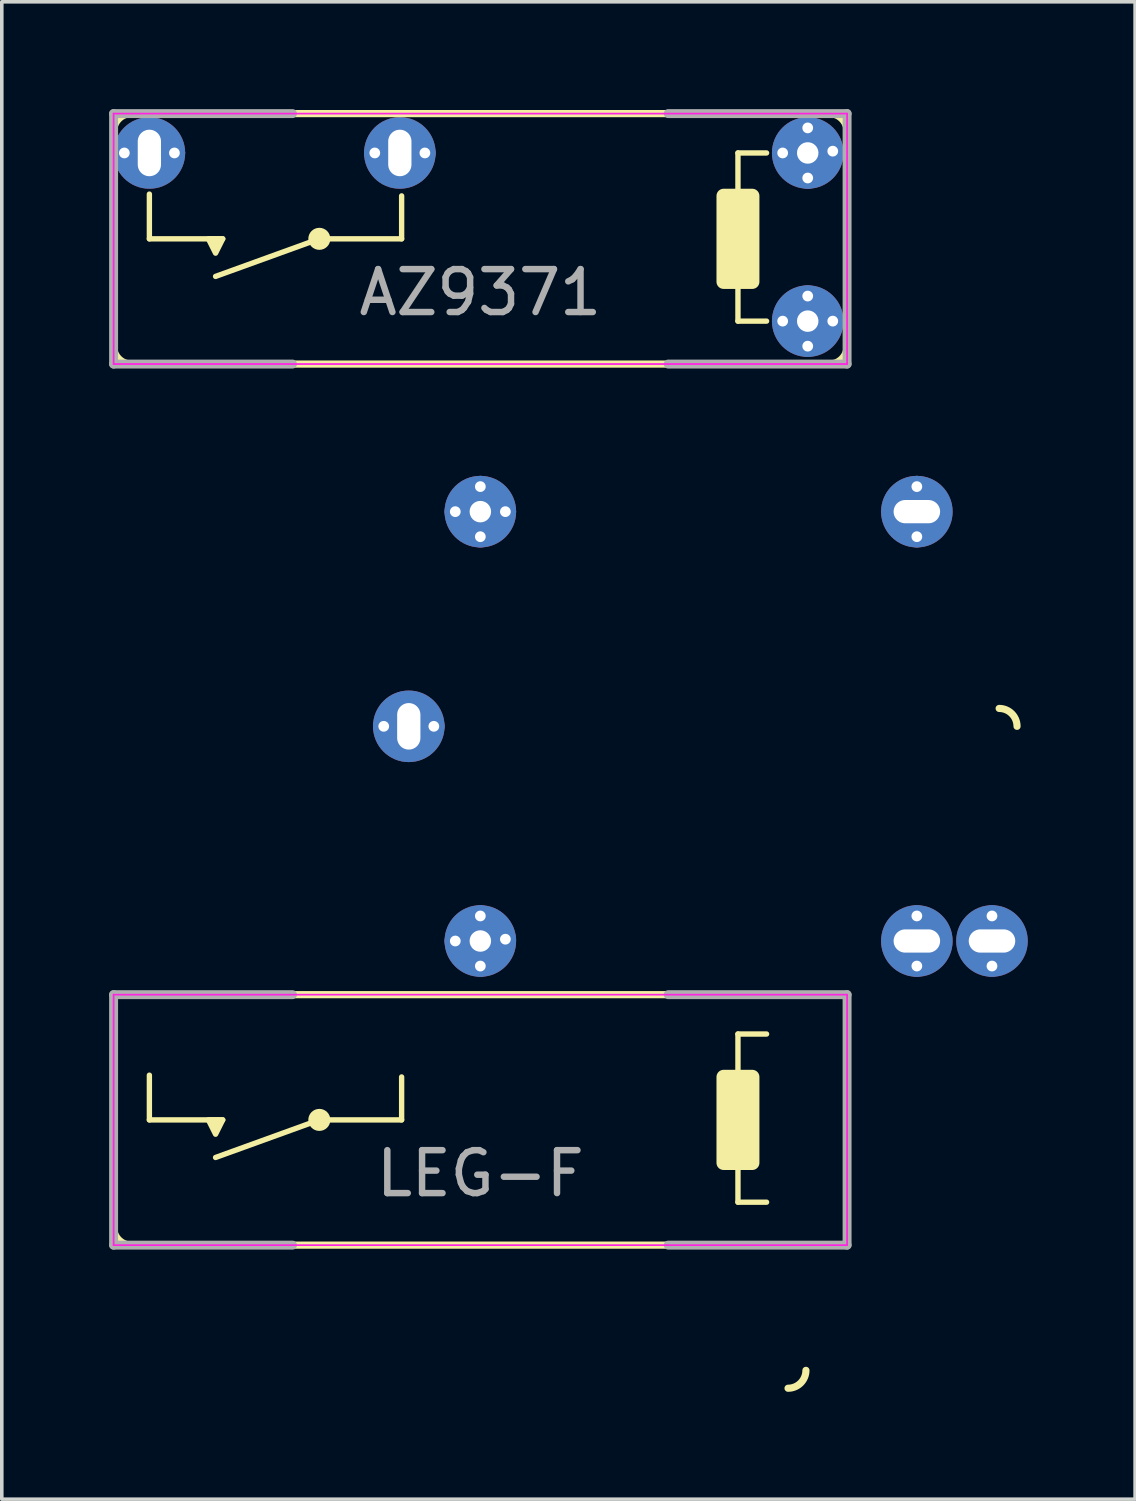
<source format=kicad_pcb>
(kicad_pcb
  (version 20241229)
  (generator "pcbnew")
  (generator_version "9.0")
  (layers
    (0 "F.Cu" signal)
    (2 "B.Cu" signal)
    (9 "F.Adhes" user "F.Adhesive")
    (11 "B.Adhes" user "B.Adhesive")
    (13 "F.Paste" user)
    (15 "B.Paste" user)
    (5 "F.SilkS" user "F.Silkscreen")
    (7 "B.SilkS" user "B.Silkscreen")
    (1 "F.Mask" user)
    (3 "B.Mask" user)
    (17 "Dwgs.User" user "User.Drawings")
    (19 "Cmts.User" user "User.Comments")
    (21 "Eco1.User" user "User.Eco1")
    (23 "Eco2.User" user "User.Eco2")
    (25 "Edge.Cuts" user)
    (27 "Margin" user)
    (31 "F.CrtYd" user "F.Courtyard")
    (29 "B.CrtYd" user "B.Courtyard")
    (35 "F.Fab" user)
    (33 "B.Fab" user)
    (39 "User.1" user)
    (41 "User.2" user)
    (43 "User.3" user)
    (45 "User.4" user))
  (footprint "LEG-F"
    (layer "F.Cu")
    (at 10.375 28.25)
    (property "Reference" "LEG-F" (at 0 1.5 180) (layer "F.Fab") (effects (font (size 1.2 1.2) (thickness 0.18))))
    (attr through_hole)
    (fp_line (start -10.25 3) (end -10.25 -3) (stroke (width 0.2) (type solid)) (layer "F.SilkS"))
    (fp_line (start -9.75 -3.5) (end 9.75 -3.5) (stroke (width 0.2) (type solid)) (layer "F.SilkS"))
    (fp_line (start -9.75 3.5) (end 9.75 3.5) (stroke (width 0.2) (type solid)) (layer "F.SilkS"))
    (fp_line (start -9.25 -1.25) (end -9.25 0) (stroke (width 0.15) (type solid)) (layer "F.SilkS"))
    (fp_line (start -9.25 0) (end -7.2 0) (stroke (width 0.15) (type solid)) (layer "F.SilkS"))
    (fp_line (start -7.4 1.05) (end -4.5 0) (stroke (width 0.15) (type solid)) (layer "F.SilkS"))
    (fp_line (start -4.5 0) (end -2.2 0) (stroke (width 0.15) (type solid)) (layer "F.SilkS"))
    (fp_line (start -2.2 0) (end -2.2 -1.2) (stroke (width 0.15) (type solid)) (layer "F.SilkS"))
    (fp_line (start 7.2 -2.4) (end 7.2 -1.3) (stroke (width 0.15) (type solid)) (layer "F.SilkS"))
    (fp_line (start 7.2 -2.4) (end 8 -2.4) (stroke (width 0.15) (type solid)) (layer "F.SilkS"))
    (fp_line (start 7.2 1.3) (end 7.2 2.3) (stroke (width 0.15) (type solid)) (layer "F.SilkS"))
    (fp_line (start 7.2 2.3) (end 8 2.3) (stroke (width 0.15) (type solid)) (layer "F.SilkS"))
    (fp_line (start 10.25 3) (end 10.25 -3) (stroke (width 0.2) (type solid)) (layer "F.SilkS"))
    (fp_arc (start -9.75 3.5) (mid -10.103553 3.353553) (end -10.25 3) (stroke (width 0.2) (type solid)) (layer "F.SilkS"))
    (fp_arc (start 9.1 7) (mid 8.953553 7.353553) (end 8.6 7.5) (stroke (width 0.2) (type solid)) (layer "F.SilkS"))
    (fp_arc (start 14.5 -11.5) (mid 14.853553 -11.353553) (end 15 -11) (stroke (width 0.2) (type solid)) (layer "F.SilkS"))
    (fp_circle (center -4.5 0) (end -4.35 0.05) (stroke (width 0.3) (type solid)) (fill no) (layer "F.SilkS"))
    (fp_poly (pts (xy -7.4 0.4) (xy -7.6 0) (xy -7.2 0)) (stroke (width 0.15) (type solid)) (fill yes) (layer "F.SilkS"))
    (fp_poly (pts (xy 6.8 1.2) (xy 6.8 -1.2) (xy 7.6 -1.2) (xy 7.6 1.2)) (stroke (width 0.4) (type solid)) (fill yes) (layer "F.SilkS"))
    (fp_line (start 0 -17) (end 12.2 -17) (stroke (width 0.1) (type default)) (layer "Eco1.User"))
    (fp_line (start 0 -5) (end 0 -17) (stroke (width 0.1) (type default)) (layer "Eco1.User"))
    (fp_line (start 0 -5) (end 12.2 -5) (stroke (width 0.1) (type default)) (layer "Eco1.User"))
    (fp_line (start 12.2 -5) (end 12.2 -17) (stroke (width 0.1) (type default)) (layer "Eco1.User"))
    (fp_line (start -10.25 -3.5) (end -10.25 3.5) (stroke (width 0.05) (type solid)) (layer "F.CrtYd"))
    (fp_line (start -10.25 -3.5) (end 10.25 -3.5) (stroke (width 0.05) (type solid)) (layer "F.CrtYd"))
    (fp_line (start -10.25 3.5) (end 10.25 3.5) (stroke (width 0.05) (type solid)) (layer "F.CrtYd"))
    (fp_line (start 10.25 -3.5) (end 10.25 3.5) (stroke (width 0.05) (type solid)) (layer "F.CrtYd"))
    (fp_line (start -10.25 3.5) (end -10.25 -3.5) (stroke (width 0.25) (type solid)) (layer "F.Fab"))
    (fp_line (start -5.25 -3.5) (end -10.25 -3.5) (stroke (width 0.25) (type solid)) (layer "F.Fab"))
    (fp_line (start -5.25 3.5) (end -10.25 3.5) (stroke (width 0.25) (type solid)) (layer "F.Fab"))
    (fp_line (start 10.25 -3.5) (end 5.25 -3.5) (stroke (width 0.25) (type solid)) (layer "F.Fab"))
    (fp_line (start 10.25 3.5) (end 5.25 3.5) (stroke (width 0.25) (type solid)) (layer "F.Fab"))
    (fp_line (start 10.25 3.5) (end 10.25 -3.5) (stroke (width 0.25) (type solid)) (layer "F.Fab"))
    (pad "1" thru_hole circle (at -0.7 -5) (size 0.6 0.6) (drill 0.3) (layers "*.Cu" "*.Mask"))
    (pad "1" thru_hole circle (at 0 -5.7) (size 0.6 0.6) (drill 0.3) (layers "*.Cu" "*.Mask"))
    (pad "1" thru_hole circle (at 0 -5) (size 2 2) (drill 0.6) (layers "*.Cu" "*.Mask"))
    (pad "1" thru_hole circle (at 0 -4.3) (size 0.6 0.6) (drill 0.3) (layers "*.Cu" "*.Mask"))
    (pad "1" thru_hole circle (at 0.7 -5.05) (size 0.6 0.6) (drill 0.3) (layers "*.Cu" "*.Mask"))
    (pad "2" thru_hole circle (at -0.7 -17) (size 0.6 0.6) (drill 0.3) (layers "*.Cu" "*.Mask"))
    (pad "2" thru_hole circle (at 0 -17.7) (size 0.6 0.6) (drill 0.3) (layers "*.Cu" "*.Mask"))
    (pad "2" thru_hole circle (at 0 -17) (size 2 2) (drill 0.6) (layers "*.Cu" "*.Mask"))
    (pad "2" thru_hole circle (at 0 -16.3) (size 0.6 0.6) (drill 0.3) (layers "*.Cu" "*.Mask"))
    (pad "2" thru_hole circle (at 0.7 -17) (size 0.6 0.6) (drill 0.3) (layers "*.Cu" "*.Mask"))
    (pad "3" thru_hole circle (at -2.7 -11 180) (size 0.6 0.6) (drill 0.3) (layers "*.Cu" "*.Mask"))
    (pad "3" thru_hole circle (at -2 -11 180) (size 2 2) (drill oval 0.65 1.3) (layers "*.Cu" "*.Mask"))
    (pad "3" thru_hole circle (at -1.3 -11 180) (size 0.6 0.6) (drill 0.3) (layers "*.Cu" "*.Mask"))
    (pad "3" thru_hole circle (at 12.2 -5.7 90) (size 0.6 0.6) (drill 0.3) (layers "*.Cu" "*.Mask"))
    (pad "3" thru_hole circle (at 12.2 -4.3 90) (size 0.6 0.6) (drill 0.3) (layers "*.Cu" "*.Mask"))
    (pad "4" thru_hole circle (at 12.2 -17.7 90) (size 0.6 0.6) (drill 0.3) (layers "*.Cu" "*.Mask"))
    (pad "4" thru_hole circle (at 12.2 -17 90) (size 2 2) (drill oval 0.65 1.3) (layers "*.Cu" "*.Mask"))
    (pad "4" thru_hole circle (at 12.2 -16.3 90) (size 0.6 0.6) (drill 0.3) (layers "*.Cu" "*.Mask"))
    (pad "4" thru_hole circle (at 12.2 -5 90) (size 2 2) (drill oval 0.65 1.3) (layers "*.Cu" "*.Mask"))
    (pad "4" thru_hole circle (at 14.3 -5.7 90) (size 0.6 0.6) (drill 0.3) (layers "*.Cu" "*.Mask"))
    (pad "4" thru_hole circle (at 14.3 -5 90) (size 2 2) (drill oval 0.65 1.3) (layers "*.Cu" "*.Mask"))
    (pad "4" thru_hole circle (at 14.3 -4.3 90) (size 0.6 0.6) (drill 0.3) (layers "*.Cu" "*.Mask")))
  (footprint "AZ9371"
    (layer "F.Cu")
    (at 10.375 3.625)
    (property "Reference" "AZ9371" (at 0 1.5 180) (layer "F.Fab") (effects (font (size 1.2 1.2) (thickness 0.18))))
    (attr through_hole)
    (fp_line (start -10.25 3) (end -10.25 -3) (stroke (width 0.2) (type solid)) (layer "F.SilkS"))
    (fp_line (start -9.75 -3.5) (end 9.75 -3.5) (stroke (width 0.2) (type solid)) (layer "F.SilkS"))
    (fp_line (start -9.75 3.5) (end 9.75 3.5) (stroke (width 0.2) (type solid)) (layer "F.SilkS"))
    (fp_line (start -9.25 -1.25) (end -9.25 0) (stroke (width 0.15) (type solid)) (layer "F.SilkS"))
    (fp_line (start -9.25 0) (end -7.2 0) (stroke (width 0.15) (type solid)) (layer "F.SilkS"))
    (fp_line (start -7.4 1.05) (end -4.5 0) (stroke (width 0.15) (type solid)) (layer "F.SilkS"))
    (fp_line (start -4.5 0) (end -2.2 0) (stroke (width 0.15) (type solid)) (layer "F.SilkS"))
    (fp_line (start -2.2 0) (end -2.2 -1.2) (stroke (width 0.15) (type solid)) (layer "F.SilkS"))
    (fp_line (start 7.2 -2.4) (end 7.2 -1.3) (stroke (width 0.15) (type solid)) (layer "F.SilkS"))
    (fp_line (start 7.2 -2.4) (end 8 -2.4) (stroke (width 0.15) (type solid)) (layer "F.SilkS"))
    (fp_line (start 7.2 1.3) (end 7.2 2.3) (stroke (width 0.15) (type solid)) (layer "F.SilkS"))
    (fp_line (start 7.2 2.3) (end 8 2.3) (stroke (width 0.15) (type solid)) (layer "F.SilkS"))
    (fp_line (start 10.25 3) (end 10.25 -3) (stroke (width 0.2) (type solid)) (layer "F.SilkS"))
    (fp_arc (start -10.25 -3) (mid -10.103553 -3.353553) (end -9.75 -3.5) (stroke (width 0.2) (type solid)) (layer "F.SilkS"))
    (fp_arc (start -9.75 3.5) (mid -10.103553 3.353553) (end -10.25 3) (stroke (width 0.2) (type solid)) (layer "F.SilkS"))
    (fp_arc (start 9.75 -3.5) (mid 10.103553 -3.353553) (end 10.25 -3) (stroke (width 0.2) (type solid)) (layer "F.SilkS"))
    (fp_arc (start 10.25 3) (mid 10.103553 3.353553) (end 9.75 3.5) (stroke (width 0.2) (type solid)) (layer "F.SilkS"))
    (fp_circle (center -4.5 0) (end -4.35 0.05) (stroke (width 0.3) (type solid)) (fill no) (layer "F.SilkS"))
    (fp_poly (pts (xy -7.4 0.4) (xy -7.6 0) (xy -7.2 0)) (stroke (width 0.15) (type solid)) (fill yes) (layer "F.SilkS"))
    (fp_poly (pts (xy 6.8 1.2) (xy 6.8 -1.2) (xy 7.6 -1.2) (xy 7.6 1.2)) (stroke (width 0.4) (type solid)) (fill yes) (layer "F.SilkS"))
    (fp_line (start -10.25 -3.5) (end -10.25 3.5) (stroke (width 0.05) (type solid)) (layer "F.CrtYd"))
    (fp_line (start -10.25 -3.5) (end 10.25 -3.5) (stroke (width 0.05) (type solid)) (layer "F.CrtYd"))
    (fp_line (start -10.25 3.5) (end 10.25 3.5) (stroke (width 0.05) (type solid)) (layer "F.CrtYd"))
    (fp_line (start 10.25 -3.5) (end 10.25 3.5) (stroke (width 0.05) (type solid)) (layer "F.CrtYd"))
    (fp_line (start -10.25 3.5) (end -10.25 -3.5) (stroke (width 0.25) (type solid)) (layer "F.Fab"))
    (fp_line (start -5.25 -3.5) (end -10.25 -3.5) (stroke (width 0.25) (type solid)) (layer "F.Fab"))
    (fp_line (start -5.25 3.5) (end -10.25 3.5) (stroke (width 0.25) (type solid)) (layer "F.Fab"))
    (fp_line (start 10.25 -3.5) (end 5.25 -3.5) (stroke (width 0.25) (type solid)) (layer "F.Fab"))
    (fp_line (start 10.25 3.5) (end 5.25 3.5) (stroke (width 0.25) (type solid)) (layer "F.Fab"))
    (fp_line (start 10.25 3.5) (end 10.25 -3.5) (stroke (width 0.25) (type solid)) (layer "F.Fab"))
    (pad "1" thru_hole circle (at 8.45 -2.4) (size 0.6 0.6) (drill 0.3) (layers "*.Cu" "*.Mask"))
    (pad "1" thru_hole circle (at 9.15 -3.1) (size 0.6 0.6) (drill 0.3) (layers "*.Cu" "*.Mask"))
    (pad "1" thru_hole circle (at 9.15 -2.4) (size 2 2) (drill 0.6) (layers "*.Cu" "*.Mask"))
    (pad "1" thru_hole circle (at 9.15 -1.7) (size 0.6 0.6) (drill 0.3) (layers "*.Cu" "*.Mask"))
    (pad "1" thru_hole circle (at 9.85 -2.45) (size 0.6 0.6) (drill 0.3) (layers "*.Cu" "*.Mask"))
    (pad "2" thru_hole circle (at 8.45 2.3) (size 0.6 0.6) (drill 0.3) (layers "*.Cu" "*.Mask"))
    (pad "2" thru_hole circle (at 9.15 1.6) (size 0.6 0.6) (drill 0.3) (layers "*.Cu" "*.Mask"))
    (pad "2" thru_hole circle (at 9.15 2.3) (size 2 2) (drill 0.6) (layers "*.Cu" "*.Mask"))
    (pad "2" thru_hole circle (at 9.15 3) (size 0.6 0.6) (drill 0.3) (layers "*.Cu" "*.Mask"))
    (pad "2" thru_hole circle (at 9.85 2.3) (size 0.6 0.6) (drill 0.3) (layers "*.Cu" "*.Mask"))
    (pad "3" thru_hole circle (at -2.95 -2.4) (size 0.6 0.6) (drill 0.3) (layers "*.Cu" "*.Mask"))
    (pad "3" thru_hole circle (at -2.25 -2.4) (size 2 2) (drill oval 0.65 1.3) (layers "*.Cu" "*.Mask"))
    (pad "3" thru_hole circle (at -1.55 -2.4) (size 0.6 0.6) (drill 0.3) (layers "*.Cu" "*.Mask"))
    (pad "4" thru_hole circle (at -9.95 -2.4) (size 0.6 0.6) (drill 0.3) (layers "*.Cu" "*.Mask"))
    (pad "4" thru_hole circle (at -9.25 -2.4) (size 2 2) (drill oval 0.65 1.3) (layers "*.Cu" "*.Mask"))
    (pad "4" thru_hole circle (at -8.55 -2.4) (size 0.6 0.6) (drill 0.3) (layers "*.Cu" "*.Mask")))
  (gr_rect
    (start -3 -3)
    (end 28.675 38.85)
    (stroke (width 0.1) (type default))
    (fill no)
    (layer "Edge.Cuts")))
</source>
